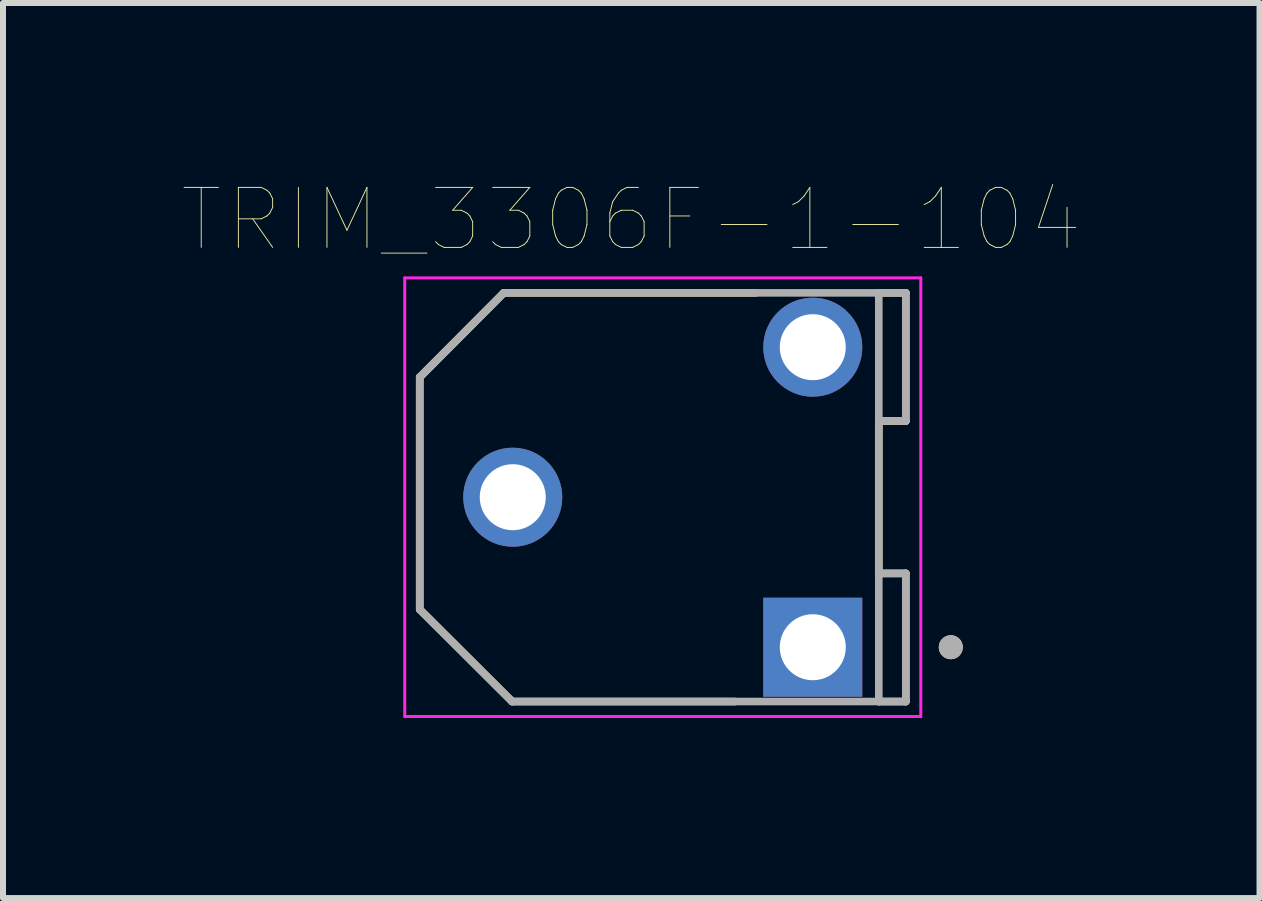
<source format=kicad_pcb>
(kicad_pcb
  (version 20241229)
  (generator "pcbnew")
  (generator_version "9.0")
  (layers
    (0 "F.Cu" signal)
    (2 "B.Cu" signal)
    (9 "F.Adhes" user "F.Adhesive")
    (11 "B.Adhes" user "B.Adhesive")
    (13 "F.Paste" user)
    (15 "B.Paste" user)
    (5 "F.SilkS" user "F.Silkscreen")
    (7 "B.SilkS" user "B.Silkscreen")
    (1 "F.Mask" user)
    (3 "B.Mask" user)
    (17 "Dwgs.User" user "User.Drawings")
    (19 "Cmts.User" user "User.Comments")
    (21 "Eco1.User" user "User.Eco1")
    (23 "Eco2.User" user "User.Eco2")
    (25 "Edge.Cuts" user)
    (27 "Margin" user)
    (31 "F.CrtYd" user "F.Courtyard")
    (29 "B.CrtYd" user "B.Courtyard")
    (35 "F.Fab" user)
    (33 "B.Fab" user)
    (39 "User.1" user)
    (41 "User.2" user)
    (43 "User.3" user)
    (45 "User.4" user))
  (footprint "TRIM_3306F-1-104"
    (layer "F.Cu")
    (at 7.995 5.236)
    (property "Reference" "TRIM_3306F-1-104" (at -0.525 -4.625 0) (layer "F.SilkS") (effects (font (size 1 1) (thickness 0.015))))
    (attr through_hole)
    (fp_line (start -4.05 -2) (end -4.05 1.87) (stroke (width 0.127) (type solid)) (layer "F.SilkS"))
    (fp_line (start -4.05 1.87) (end -2.51 3.405) (stroke (width 0.127) (type solid)) (layer "F.SilkS"))
    (fp_line (start -2.65 -3.405) (end -4.05 -2) (stroke (width 0.127) (type solid)) (layer "F.SilkS"))
    (fp_line (start -2.51 3.405) (end 1.2 3.405) (stroke (width 0.127) (type solid)) (layer "F.SilkS"))
    (fp_line (start 1.55 -3.405) (end -2.65 -3.405) (stroke (width 0.127) (type solid)) (layer "F.SilkS"))
    (fp_line (start 3.6 -3.405) (end 4.05 -3.405) (stroke (width 0.127) (type solid)) (layer "F.SilkS"))
    (fp_line (start 3.6 -1.27) (end 3.6 1.27) (stroke (width 0.127) (type solid)) (layer "F.SilkS"))
    (fp_line (start 3.6 1.27) (end 4.05 1.27) (stroke (width 0.127) (type solid)) (layer "F.SilkS"))
    (fp_line (start 3.6 1.28) (end 3.6 1.27) (stroke (width 0.127) (type solid)) (layer "F.SilkS"))
    (fp_line (start 4.05 -3.405) (end 4.05 -1.27) (stroke (width 0.127) (type solid)) (layer "F.SilkS"))
    (fp_line (start 4.05 -1.27) (end 3.6 -1.27) (stroke (width 0.127) (type solid)) (layer "F.SilkS"))
    (fp_line (start 4.05 1.27) (end 4.05 3.405) (stroke (width 0.127) (type solid)) (layer "F.SilkS"))
    (fp_line (start 4.05 3.405) (end 3.6 3.405) (stroke (width 0.127) (type solid)) (layer "F.SilkS"))
    (fp_circle (center 4.8 2.5) (end 4.9 2.5) (stroke (width 0.2) (type solid)) (fill no) (layer "F.SilkS"))
    (fp_line (start -4.3 -3.655) (end 4.3 -3.655) (stroke (width 0.05) (type solid)) (layer "F.CrtYd"))
    (fp_line (start -4.3 3.655) (end -4.3 -3.655) (stroke (width 0.05) (type solid)) (layer "F.CrtYd"))
    (fp_line (start 4.3 -3.655) (end 4.3 3.655) (stroke (width 0.05) (type solid)) (layer "F.CrtYd"))
    (fp_line (start 4.3 3.655) (end -4.3 3.655) (stroke (width 0.05) (type solid)) (layer "F.CrtYd"))
    (fp_line (start -4.05 -2) (end -4.05 1.87) (stroke (width 0.127) (type solid)) (layer "F.Fab"))
    (fp_line (start -4.05 1.87) (end -2.51 3.405) (stroke (width 0.127) (type solid)) (layer "F.Fab"))
    (fp_line (start -2.65 -3.405) (end -4.05 -2) (stroke (width 0.127) (type solid)) (layer "F.Fab"))
    (fp_line (start -2.51 3.405) (end 3.6 3.405) (stroke (width 0.127) (type solid)) (layer "F.Fab"))
    (fp_line (start 3.6 -3.405) (end -2.65 -3.405) (stroke (width 0.127) (type solid)) (layer "F.Fab"))
    (fp_line (start 3.6 -3.405) (end 4.05 -3.405) (stroke (width 0.127) (type solid)) (layer "F.Fab"))
    (fp_line (start 3.6 -1.27) (end 3.6 -3.405) (stroke (width 0.127) (type solid)) (layer "F.Fab"))
    (fp_line (start 3.6 1.27) (end 3.6 -1.27) (stroke (width 0.127) (type solid)) (layer "F.Fab"))
    (fp_line (start 3.6 1.27) (end 4.05 1.27) (stroke (width 0.127) (type solid)) (layer "F.Fab"))
    (fp_line (start 3.6 3.405) (end 3.6 1.27) (stroke (width 0.127) (type solid)) (layer "F.Fab"))
    (fp_line (start 4.05 -3.405) (end 4.05 -1.27) (stroke (width 0.127) (type solid)) (layer "F.Fab"))
    (fp_line (start 4.05 -1.27) (end 3.6 -1.27) (stroke (width 0.127) (type solid)) (layer "F.Fab"))
    (fp_line (start 4.05 1.27) (end 4.05 3.405) (stroke (width 0.127) (type solid)) (layer "F.Fab"))
    (fp_line (start 4.05 3.405) (end 3.6 3.405) (stroke (width 0.127) (type solid)) (layer "F.Fab"))
    (fp_circle (center 4.8 2.5) (end 4.9 2.5) (stroke (width 0.2) (type solid)) (fill no) (layer "F.Fab"))
    (pad "1" thru_hole rect (at 2.5 2.5) (size 1.65 1.65) (drill 1.1) (layers "*.Cu" "*.Mask"))
    (pad "2" thru_hole circle (at -2.5 0) (size 1.65 1.65) (drill 1.1) (layers "*.Cu" "*.Mask"))
    (pad "3" thru_hole circle (at 2.5 -2.5) (size 1.65 1.65) (drill 1.1) (layers "*.Cu" "*.Mask")))
  (gr_rect
    (start -3 -3)
    (end 17.94 11.916)
    (stroke (width 0.1) (type default))
    (fill no)
    (layer "Edge.Cuts")))
</source>
